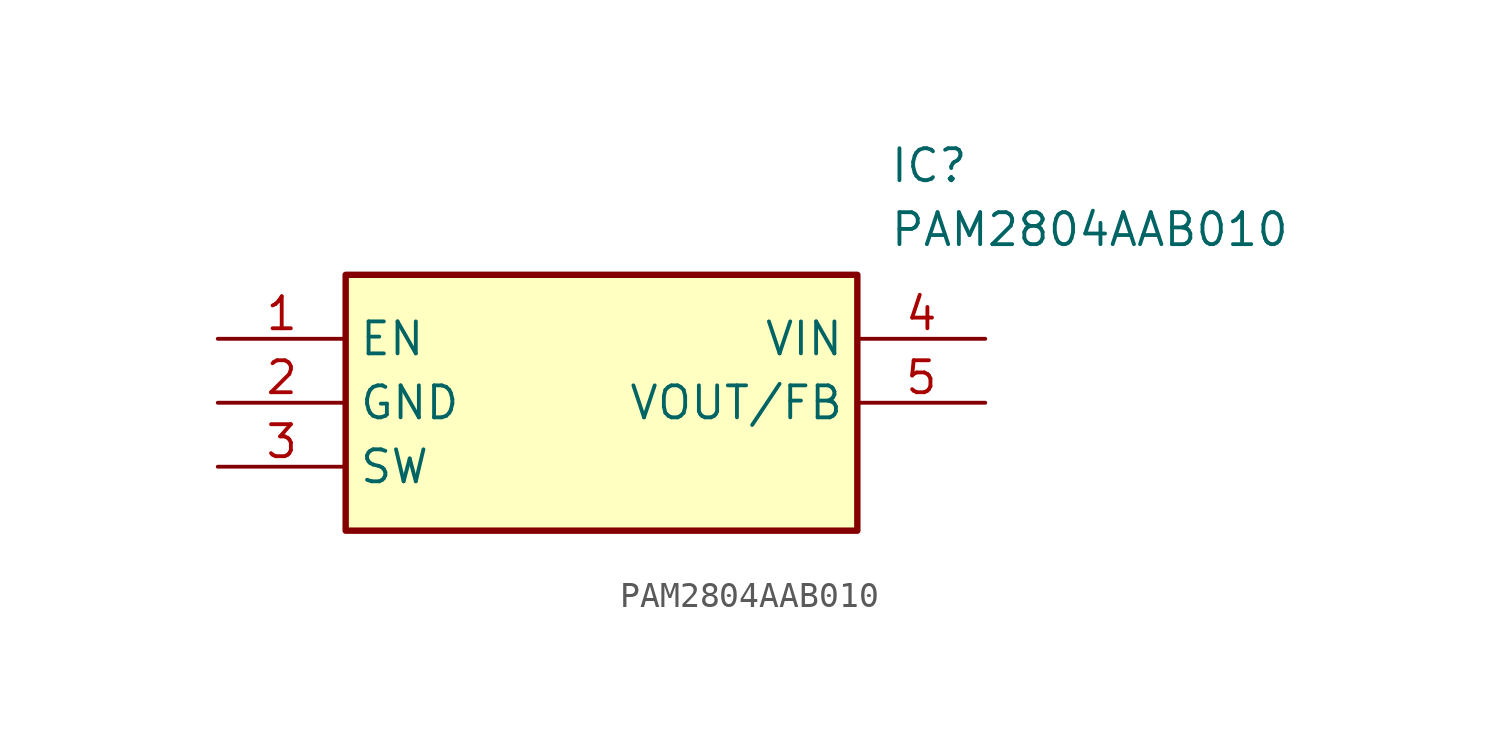
<source format=kicad_sym>
(kicad_symbol_lib
  (version 20211014)
  (generator SamacSys_ECAD_Model)
  (symbol "PAM2804AAB010"
    (property "Reference" "IC"
      (at 26.67 7.62 0)
      (effects (font (size 1.27 1.27)) (justify left top)))
    (property "Value" "PAM2804AAB010"
      (at 26.67 5.08 0)
      (effects (font (size 1.27 1.27)) (justify left top)))
    (rectangle
      (start 5.08 2.54)
      (end 25.4 -7.62)
      (stroke (width 0.254) (type default))
      (fill (type background)))
    (pin passive line
      (at 0 0 0)
      (length 5.08)
      (name "EN" (effects (font (size 1.27 1.27))))
      (number "1" (effects (font (size 1.27 1.27)))))
    (pin passive line
      (at 0 -2.54 0)
      (length 5.08)
      (name "GND" (effects (font (size 1.27 1.27))))
      (number "2" (effects (font (size 1.27 1.27)))))
    (pin passive line
      (at 0 -5.08 0)
      (length 5.08)
      (name "SW" (effects (font (size 1.27 1.27))))
      (number "3" (effects (font (size 1.27 1.27)))))
    (pin passive line
      (at 30.48 0 180)
      (length 5.08)
      (name "VIN" (effects (font (size 1.27 1.27))))
      (number "4" (effects (font (size 1.27 1.27)))))
    (pin passive line
      (at 30.48 -2.54 180)
      (length 5.08)
      (name "VOUT/FB" (effects (font (size 1.27 1.27))))
      (number "5" (effects (font (size 1.27 1.27)))))))
</source>
